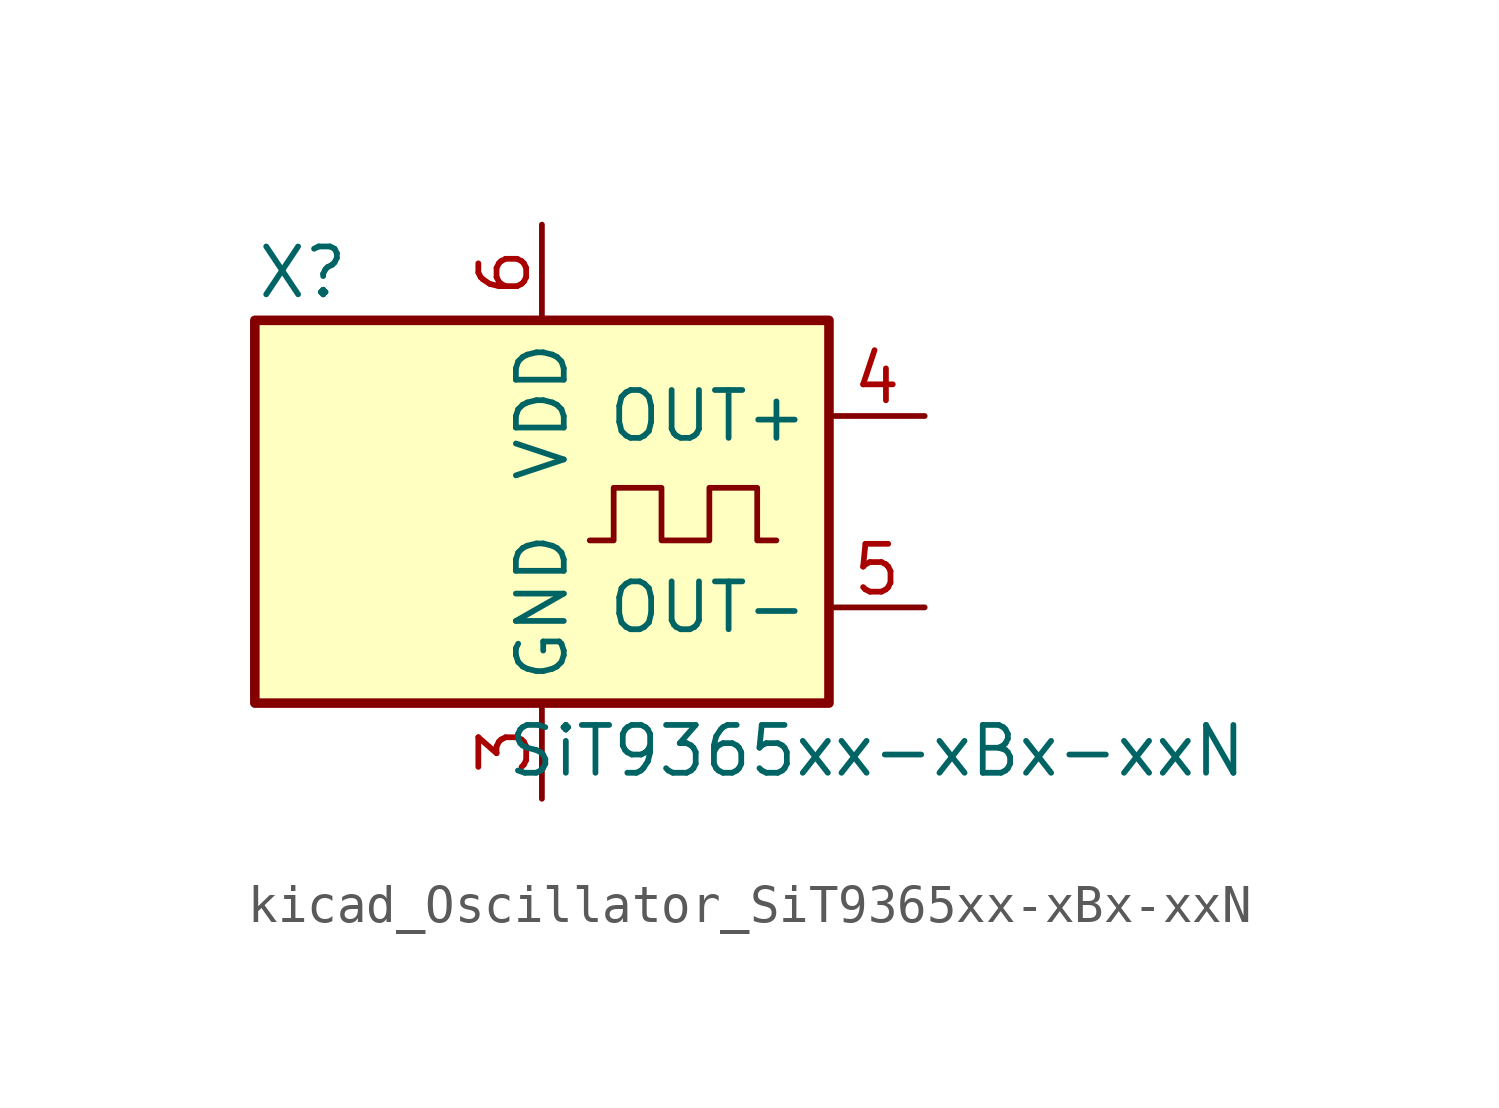
<source format=kicad_sym>
(kicad_symbol_lib
  (version 20220914)
  (generator kicad_symbol_editor)
  (symbol "kicad_Oscillator_SiT9365xx-xBx-xxN"
    (property "Reference" "X"
      (at -6.35 6.35 0)
      (effects (font (size 1.27 1.27))))
    (property "Value" "SiT9365xx-xBx-xxN"
      (at 8.89 -6.35 0)
      (effects (font (size 1.27 1.27))))
    (symbol "kicad_Oscillator_SiT9365xx-xBx-xxN_0_1"
      (rectangle (start -7.62 5.08) (end 7.62 -5.08) (stroke (width 0.254) (type default)) (fill (type background)))
      (polyline (pts (xy 1.27 -0.762) (xy 1.905 -0.762) (xy 1.905 0.635) (xy 3.175 0.635) (xy 3.175 -0.762) (xy 4.445 -0.762) (xy 4.445 0.635) (xy 5.715 0.635) (xy 5.715 -0.762) (xy 6.223 -0.762)) (stroke (width 0) (type default)) (fill (type none))))
    (symbol "kicad_Oscillator_SiT9365xx-xBx-xxN_1_1"
      (pin no_connect line (at -7.62 0 0) (length 2.54) hide (name "NC" (effects (font (size 1.27 1.27)))) (number "1" (effects (font (size 1.27 1.27)))))
      (pin no_connect line (at -7.62 2.54 0) (length 2.54) hide (name "NC" (effects (font (size 1.27 1.27)))) (number "2" (effects (font (size 1.27 1.27)))))
      (pin power_in line (at 0 -7.62 90) (length 2.54) (name "GND" (effects (font (size 1.27 1.27)))) (number "3" (effects (font (size 1.27 1.27)))))
      (pin output line (at 10.16 2.54 180) (length 2.54) (name "OUT+" (effects (font (size 1.27 1.27)))) (number "4" (effects (font (size 1.27 1.27)))))
      (pin output line (at 10.16 -2.54 180) (length 2.54) (name "OUT-" (effects (font (size 1.27 1.27)))) (number "5" (effects (font (size 1.27 1.27)))))
      (pin power_in line (at 0 7.62 270) (length 2.54) (name "VDD" (effects (font (size 1.27 1.27)))) (number "6" (effects (font (size 1.27 1.27))))))))
</source>
